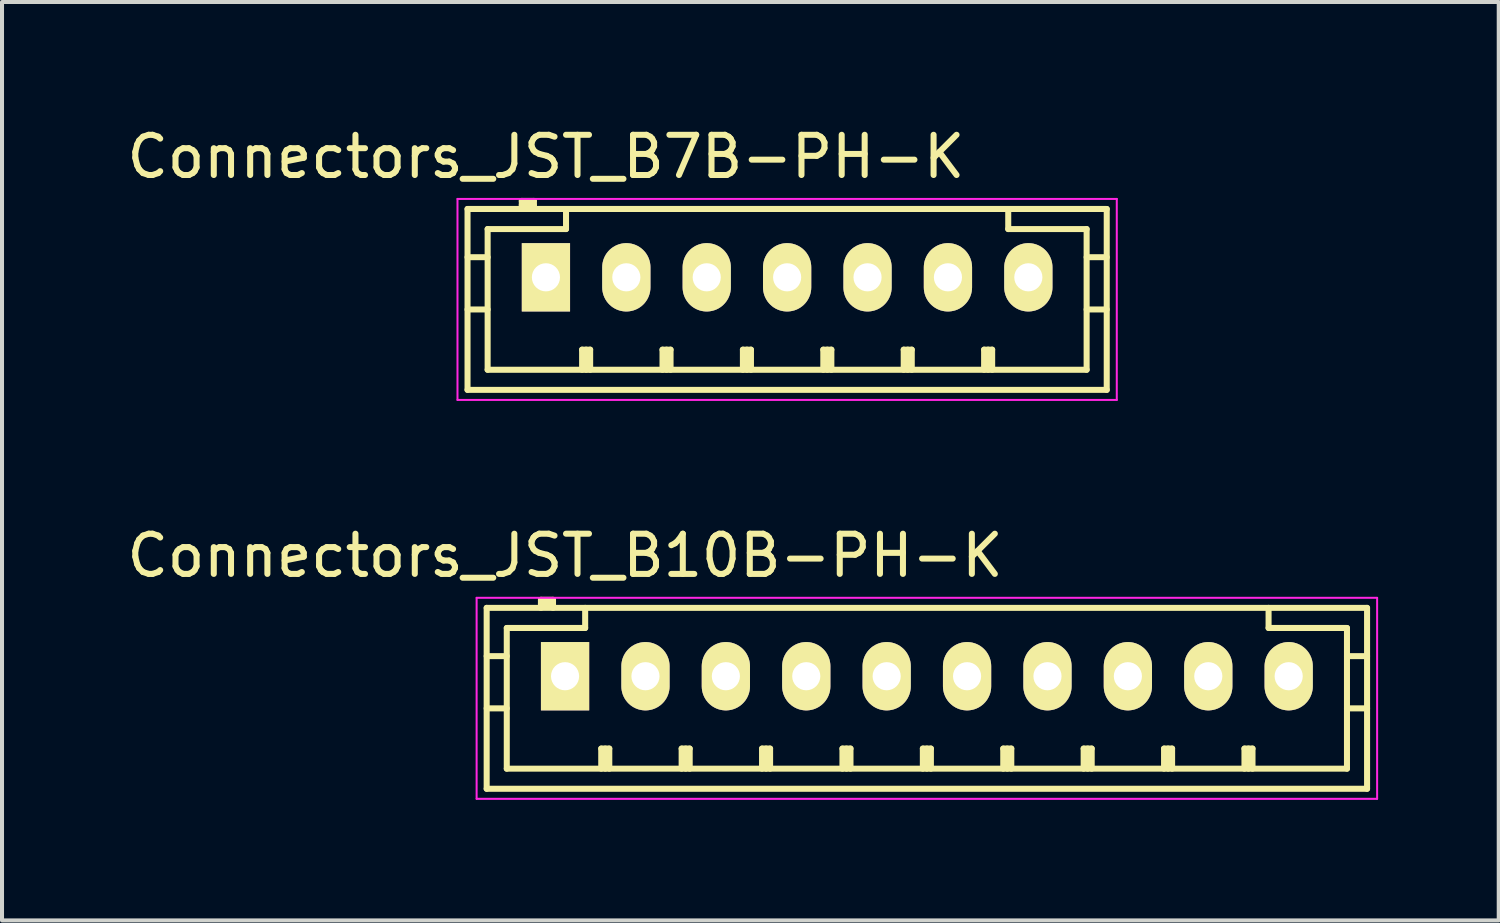
<source format=kicad_pcb>
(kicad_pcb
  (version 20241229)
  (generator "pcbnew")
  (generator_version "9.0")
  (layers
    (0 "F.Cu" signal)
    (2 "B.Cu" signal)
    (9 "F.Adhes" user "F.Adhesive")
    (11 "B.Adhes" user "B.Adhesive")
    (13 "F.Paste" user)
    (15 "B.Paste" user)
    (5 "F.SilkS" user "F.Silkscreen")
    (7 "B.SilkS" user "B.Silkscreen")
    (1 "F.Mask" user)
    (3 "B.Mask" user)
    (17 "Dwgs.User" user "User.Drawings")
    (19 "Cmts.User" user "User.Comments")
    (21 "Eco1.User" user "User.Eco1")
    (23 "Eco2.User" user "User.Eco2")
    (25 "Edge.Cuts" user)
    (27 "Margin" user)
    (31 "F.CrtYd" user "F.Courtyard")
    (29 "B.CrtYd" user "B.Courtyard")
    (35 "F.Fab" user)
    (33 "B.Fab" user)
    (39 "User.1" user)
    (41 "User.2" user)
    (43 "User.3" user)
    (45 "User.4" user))
  (footprint "Connectors_JST_B7B-PH-K"
    (layer "F.Cu")
    (at 10.53 3.848)
    (property "Reference" "Connectors_JST_B7B-PH-K" (at 0 -3 0) (layer "F.SilkS") (effects (font (size 1 1) (thickness 0.15))))
    (attr through_hole)
    (fp_line (start -1.95 -1.7) (end 13.95 -1.7) (stroke (width 0.15) (type solid)) (layer "F.SilkS"))
    (fp_line (start -1.95 -0.5) (end -1.45 -0.5) (stroke (width 0.15) (type solid)) (layer "F.SilkS"))
    (fp_line (start -1.95 0.8) (end -1.45 0.8) (stroke (width 0.15) (type solid)) (layer "F.SilkS"))
    (fp_line (start -1.95 2.8) (end -1.95 -1.7) (stroke (width 0.15) (type solid)) (layer "F.SilkS"))
    (fp_line (start -1.45 -1.2) (end -1.45 2.3) (stroke (width 0.15) (type solid)) (layer "F.SilkS"))
    (fp_line (start -1.45 2.3) (end 13.45 2.3) (stroke (width 0.15) (type solid)) (layer "F.SilkS"))
    (fp_line (start -0.6 -1.9) (end -0.6 -1.7) (stroke (width 0.15) (type solid)) (layer "F.SilkS"))
    (fp_line (start -0.3 -1.9) (end -0.6 -1.9) (stroke (width 0.15) (type solid)) (layer "F.SilkS"))
    (fp_line (start -0.3 -1.8) (end -0.6 -1.8) (stroke (width 0.15) (type solid)) (layer "F.SilkS"))
    (fp_line (start -0.3 -1.7) (end -0.3 -1.9) (stroke (width 0.15) (type solid)) (layer "F.SilkS"))
    (fp_line (start 0.5 -1.7) (end 0.5 -1.2) (stroke (width 0.15) (type solid)) (layer "F.SilkS"))
    (fp_line (start 0.5 -1.2) (end -1.45 -1.2) (stroke (width 0.15) (type solid)) (layer "F.SilkS"))
    (fp_line (start 0.9 1.8) (end 1.1 1.8) (stroke (width 0.15) (type solid)) (layer "F.SilkS"))
    (fp_line (start 0.9 2.3) (end 0.9 1.8) (stroke (width 0.15) (type solid)) (layer "F.SilkS"))
    (fp_line (start 1 2.3) (end 1 1.8) (stroke (width 0.15) (type solid)) (layer "F.SilkS"))
    (fp_line (start 1.1 1.8) (end 1.1 2.3) (stroke (width 0.15) (type solid)) (layer "F.SilkS"))
    (fp_line (start 2.9 1.8) (end 3.1 1.8) (stroke (width 0.15) (type solid)) (layer "F.SilkS"))
    (fp_line (start 2.9 2.3) (end 2.9 1.8) (stroke (width 0.15) (type solid)) (layer "F.SilkS"))
    (fp_line (start 3 2.3) (end 3 1.8) (stroke (width 0.15) (type solid)) (layer "F.SilkS"))
    (fp_line (start 3.1 1.8) (end 3.1 2.3) (stroke (width 0.15) (type solid)) (layer "F.SilkS"))
    (fp_line (start 4.9 1.8) (end 5.1 1.8) (stroke (width 0.15) (type solid)) (layer "F.SilkS"))
    (fp_line (start 4.9 2.3) (end 4.9 1.8) (stroke (width 0.15) (type solid)) (layer "F.SilkS"))
    (fp_line (start 5 2.3) (end 5 1.8) (stroke (width 0.15) (type solid)) (layer "F.SilkS"))
    (fp_line (start 5.1 1.8) (end 5.1 2.3) (stroke (width 0.15) (type solid)) (layer "F.SilkS"))
    (fp_line (start 6.9 1.8) (end 7.1 1.8) (stroke (width 0.15) (type solid)) (layer "F.SilkS"))
    (fp_line (start 6.9 2.3) (end 6.9 1.8) (stroke (width 0.15) (type solid)) (layer "F.SilkS"))
    (fp_line (start 7 2.3) (end 7 1.8) (stroke (width 0.15) (type solid)) (layer "F.SilkS"))
    (fp_line (start 7.1 1.8) (end 7.1 2.3) (stroke (width 0.15) (type solid)) (layer "F.SilkS"))
    (fp_line (start 8.9 1.8) (end 9.1 1.8) (stroke (width 0.15) (type solid)) (layer "F.SilkS"))
    (fp_line (start 8.9 2.3) (end 8.9 1.8) (stroke (width 0.15) (type solid)) (layer "F.SilkS"))
    (fp_line (start 9 2.3) (end 9 1.8) (stroke (width 0.15) (type solid)) (layer "F.SilkS"))
    (fp_line (start 9.1 1.8) (end 9.1 2.3) (stroke (width 0.15) (type solid)) (layer "F.SilkS"))
    (fp_line (start 10.9 1.8) (end 11.1 1.8) (stroke (width 0.15) (type solid)) (layer "F.SilkS"))
    (fp_line (start 10.9 2.3) (end 10.9 1.8) (stroke (width 0.15) (type solid)) (layer "F.SilkS"))
    (fp_line (start 11 2.3) (end 11 1.8) (stroke (width 0.15) (type solid)) (layer "F.SilkS"))
    (fp_line (start 11.1 1.8) (end 11.1 2.3) (stroke (width 0.15) (type solid)) (layer "F.SilkS"))
    (fp_line (start 11.5 -1.2) (end 11.5 -1.7) (stroke (width 0.15) (type solid)) (layer "F.SilkS"))
    (fp_line (start 13.45 -1.2) (end 11.5 -1.2) (stroke (width 0.15) (type solid)) (layer "F.SilkS"))
    (fp_line (start 13.45 -0.5) (end 13.95 -0.5) (stroke (width 0.15) (type solid)) (layer "F.SilkS"))
    (fp_line (start 13.45 0.8) (end 13.95 0.8) (stroke (width 0.15) (type solid)) (layer "F.SilkS"))
    (fp_line (start 13.45 2.3) (end 13.45 -1.2) (stroke (width 0.15) (type solid)) (layer "F.SilkS"))
    (fp_line (start 13.95 -1.7) (end 13.95 2.8) (stroke (width 0.15) (type solid)) (layer "F.SilkS"))
    (fp_line (start 13.95 2.8) (end -1.95 2.8) (stroke (width 0.15) (type solid)) (layer "F.SilkS"))
    (fp_line (start -2.2 -1.95) (end 14.2 -1.95) (stroke (width 0.05) (type solid)) (layer "F.CrtYd"))
    (fp_line (start -2.2 3.05) (end -2.2 -1.95) (stroke (width 0.05) (type solid)) (layer "F.CrtYd"))
    (fp_line (start 14.2 -1.95) (end 14.2 3.05) (stroke (width 0.05) (type solid)) (layer "F.CrtYd"))
    (fp_line (start 14.2 3.05) (end -2.2 3.05) (stroke (width 0.05) (type solid)) (layer "F.CrtYd"))
    (pad "1" thru_hole rect (at 0 0) (size 1.2 1.7) (drill 0.7) (layers "*.Cu" "*.Mask" "F.SilkS"))
    (pad "2" thru_hole oval (at 2 0) (size 1.2 1.7) (drill 0.7) (layers "*.Cu" "*.Mask" "F.SilkS"))
    (pad "3" thru_hole oval (at 4 0) (size 1.2 1.7) (drill 0.7) (layers "*.Cu" "*.Mask" "F.SilkS"))
    (pad "4" thru_hole oval (at 6 0) (size 1.2 1.7) (drill 0.7) (layers "*.Cu" "*.Mask" "F.SilkS"))
    (pad "5" thru_hole oval (at 8 0) (size 1.2 1.7) (drill 0.7) (layers "*.Cu" "*.Mask" "F.SilkS"))
    (pad "6" thru_hole oval (at 10 0) (size 1.2 1.7) (drill 0.7) (layers "*.Cu" "*.Mask" "F.SilkS"))
    (pad "7" thru_hole oval (at 12 0) (size 1.2 1.7) (drill 0.7) (layers "*.Cu" "*.Mask" "F.SilkS")))
  (footprint "Connectors_JST_B10B-PH-K"
    (layer "F.Cu")
    (at 11.006 13.771)
    (property "Reference" "Connectors_JST_B10B-PH-K" (at 0 -3 0) (layer "F.SilkS") (effects (font (size 1 1) (thickness 0.15))))
    (attr through_hole)
    (fp_line (start -1.95 -1.7) (end 19.95 -1.7) (stroke (width 0.15) (type solid)) (layer "F.SilkS"))
    (fp_line (start -1.95 -0.5) (end -1.45 -0.5) (stroke (width 0.15) (type solid)) (layer "F.SilkS"))
    (fp_line (start -1.95 0.8) (end -1.45 0.8) (stroke (width 0.15) (type solid)) (layer "F.SilkS"))
    (fp_line (start -1.95 2.8) (end -1.95 -1.7) (stroke (width 0.15) (type solid)) (layer "F.SilkS"))
    (fp_line (start -1.45 -1.2) (end -1.45 2.3) (stroke (width 0.15) (type solid)) (layer "F.SilkS"))
    (fp_line (start -1.45 2.3) (end 19.45 2.3) (stroke (width 0.15) (type solid)) (layer "F.SilkS"))
    (fp_line (start -0.6 -1.9) (end -0.6 -1.7) (stroke (width 0.15) (type solid)) (layer "F.SilkS"))
    (fp_line (start -0.3 -1.9) (end -0.6 -1.9) (stroke (width 0.15) (type solid)) (layer "F.SilkS"))
    (fp_line (start -0.3 -1.8) (end -0.6 -1.8) (stroke (width 0.15) (type solid)) (layer "F.SilkS"))
    (fp_line (start -0.3 -1.7) (end -0.3 -1.9) (stroke (width 0.15) (type solid)) (layer "F.SilkS"))
    (fp_line (start 0.5 -1.7) (end 0.5 -1.2) (stroke (width 0.15) (type solid)) (layer "F.SilkS"))
    (fp_line (start 0.5 -1.2) (end -1.45 -1.2) (stroke (width 0.15) (type solid)) (layer "F.SilkS"))
    (fp_line (start 0.9 1.8) (end 1.1 1.8) (stroke (width 0.15) (type solid)) (layer "F.SilkS"))
    (fp_line (start 0.9 2.3) (end 0.9 1.8) (stroke (width 0.15) (type solid)) (layer "F.SilkS"))
    (fp_line (start 1 2.3) (end 1 1.8) (stroke (width 0.15) (type solid)) (layer "F.SilkS"))
    (fp_line (start 1.1 1.8) (end 1.1 2.3) (stroke (width 0.15) (type solid)) (layer "F.SilkS"))
    (fp_line (start 2.9 1.8) (end 3.1 1.8) (stroke (width 0.15) (type solid)) (layer "F.SilkS"))
    (fp_line (start 2.9 2.3) (end 2.9 1.8) (stroke (width 0.15) (type solid)) (layer "F.SilkS"))
    (fp_line (start 3 2.3) (end 3 1.8) (stroke (width 0.15) (type solid)) (layer "F.SilkS"))
    (fp_line (start 3.1 1.8) (end 3.1 2.3) (stroke (width 0.15) (type solid)) (layer "F.SilkS"))
    (fp_line (start 4.9 1.8) (end 5.1 1.8) (stroke (width 0.15) (type solid)) (layer "F.SilkS"))
    (fp_line (start 4.9 2.3) (end 4.9 1.8) (stroke (width 0.15) (type solid)) (layer "F.SilkS"))
    (fp_line (start 5 2.3) (end 5 1.8) (stroke (width 0.15) (type solid)) (layer "F.SilkS"))
    (fp_line (start 5.1 1.8) (end 5.1 2.3) (stroke (width 0.15) (type solid)) (layer "F.SilkS"))
    (fp_line (start 6.9 1.8) (end 7.1 1.8) (stroke (width 0.15) (type solid)) (layer "F.SilkS"))
    (fp_line (start 6.9 2.3) (end 6.9 1.8) (stroke (width 0.15) (type solid)) (layer "F.SilkS"))
    (fp_line (start 7 2.3) (end 7 1.8) (stroke (width 0.15) (type solid)) (layer "F.SilkS"))
    (fp_line (start 7.1 1.8) (end 7.1 2.3) (stroke (width 0.15) (type solid)) (layer "F.SilkS"))
    (fp_line (start 8.9 1.8) (end 9.1 1.8) (stroke (width 0.15) (type solid)) (layer "F.SilkS"))
    (fp_line (start 8.9 2.3) (end 8.9 1.8) (stroke (width 0.15) (type solid)) (layer "F.SilkS"))
    (fp_line (start 9 2.3) (end 9 1.8) (stroke (width 0.15) (type solid)) (layer "F.SilkS"))
    (fp_line (start 9.1 1.8) (end 9.1 2.3) (stroke (width 0.15) (type solid)) (layer "F.SilkS"))
    (fp_line (start 10.9 1.8) (end 11.1 1.8) (stroke (width 0.15) (type solid)) (layer "F.SilkS"))
    (fp_line (start 10.9 2.3) (end 10.9 1.8) (stroke (width 0.15) (type solid)) (layer "F.SilkS"))
    (fp_line (start 11 2.3) (end 11 1.8) (stroke (width 0.15) (type solid)) (layer "F.SilkS"))
    (fp_line (start 11.1 1.8) (end 11.1 2.3) (stroke (width 0.15) (type solid)) (layer "F.SilkS"))
    (fp_line (start 12.9 1.8) (end 13.1 1.8) (stroke (width 0.15) (type solid)) (layer "F.SilkS"))
    (fp_line (start 12.9 2.3) (end 12.9 1.8) (stroke (width 0.15) (type solid)) (layer "F.SilkS"))
    (fp_line (start 13 2.3) (end 13 1.8) (stroke (width 0.15) (type solid)) (layer "F.SilkS"))
    (fp_line (start 13.1 1.8) (end 13.1 2.3) (stroke (width 0.15) (type solid)) (layer "F.SilkS"))
    (fp_line (start 14.9 1.8) (end 15.1 1.8) (stroke (width 0.15) (type solid)) (layer "F.SilkS"))
    (fp_line (start 14.9 2.3) (end 14.9 1.8) (stroke (width 0.15) (type solid)) (layer "F.SilkS"))
    (fp_line (start 15 2.3) (end 15 1.8) (stroke (width 0.15) (type solid)) (layer "F.SilkS"))
    (fp_line (start 15.1 1.8) (end 15.1 2.3) (stroke (width 0.15) (type solid)) (layer "F.SilkS"))
    (fp_line (start 16.9 1.8) (end 17.1 1.8) (stroke (width 0.15) (type solid)) (layer "F.SilkS"))
    (fp_line (start 16.9 2.3) (end 16.9 1.8) (stroke (width 0.15) (type solid)) (layer "F.SilkS"))
    (fp_line (start 17 2.3) (end 17 1.8) (stroke (width 0.15) (type solid)) (layer "F.SilkS"))
    (fp_line (start 17.1 1.8) (end 17.1 2.3) (stroke (width 0.15) (type solid)) (layer "F.SilkS"))
    (fp_line (start 17.5 -1.2) (end 17.5 -1.7) (stroke (width 0.15) (type solid)) (layer "F.SilkS"))
    (fp_line (start 19.45 -1.2) (end 17.5 -1.2) (stroke (width 0.15) (type solid)) (layer "F.SilkS"))
    (fp_line (start 19.45 -0.5) (end 19.95 -0.5) (stroke (width 0.15) (type solid)) (layer "F.SilkS"))
    (fp_line (start 19.45 0.8) (end 19.95 0.8) (stroke (width 0.15) (type solid)) (layer "F.SilkS"))
    (fp_line (start 19.45 2.3) (end 19.45 -1.2) (stroke (width 0.15) (type solid)) (layer "F.SilkS"))
    (fp_line (start 19.95 -1.7) (end 19.95 2.8) (stroke (width 0.15) (type solid)) (layer "F.SilkS"))
    (fp_line (start 19.95 2.8) (end -1.95 2.8) (stroke (width 0.15) (type solid)) (layer "F.SilkS"))
    (fp_line (start -2.2 -1.95) (end 20.2 -1.95) (stroke (width 0.05) (type solid)) (layer "F.CrtYd"))
    (fp_line (start -2.2 3.05) (end -2.2 -1.95) (stroke (width 0.05) (type solid)) (layer "F.CrtYd"))
    (fp_line (start 20.2 -1.95) (end 20.2 3.05) (stroke (width 0.05) (type solid)) (layer "F.CrtYd"))
    (fp_line (start 20.2 3.05) (end -2.2 3.05) (stroke (width 0.05) (type solid)) (layer "F.CrtYd"))
    (pad "1" thru_hole rect (at 0 0) (size 1.2 1.7) (drill 0.7) (layers "*.Cu" "*.Mask" "F.SilkS"))
    (pad "2" thru_hole oval (at 2 0) (size 1.2 1.7) (drill 0.7) (layers "*.Cu" "*.Mask" "F.SilkS"))
    (pad "3" thru_hole oval (at 4 0) (size 1.2 1.7) (drill 0.7) (layers "*.Cu" "*.Mask" "F.SilkS"))
    (pad "4" thru_hole oval (at 6 0) (size 1.2 1.7) (drill 0.7) (layers "*.Cu" "*.Mask" "F.SilkS"))
    (pad "5" thru_hole oval (at 8 0) (size 1.2 1.7) (drill 0.7) (layers "*.Cu" "*.Mask" "F.SilkS"))
    (pad "6" thru_hole oval (at 10 0) (size 1.2 1.7) (drill 0.7) (layers "*.Cu" "*.Mask" "F.SilkS"))
    (pad "7" thru_hole oval (at 12 0) (size 1.2 1.7) (drill 0.7) (layers "*.Cu" "*.Mask" "F.SilkS"))
    (pad "8" thru_hole oval (at 14 0) (size 1.2 1.7) (drill 0.7) (layers "*.Cu" "*.Mask" "F.SilkS"))
    (pad "9" thru_hole oval (at 16 0) (size 1.2 1.7) (drill 0.7) (layers "*.Cu" "*.Mask" "F.SilkS"))
    (pad "10" thru_hole oval (at 18 0) (size 1.2 1.7) (drill 0.7) (layers "*.Cu" "*.Mask" "F.SilkS")))
  (gr_rect
    (start -3 -3)
    (end 34.231 19.846)
    (stroke (width 0.1) (type default))
    (fill no)
    (layer "Edge.Cuts")))
</source>
